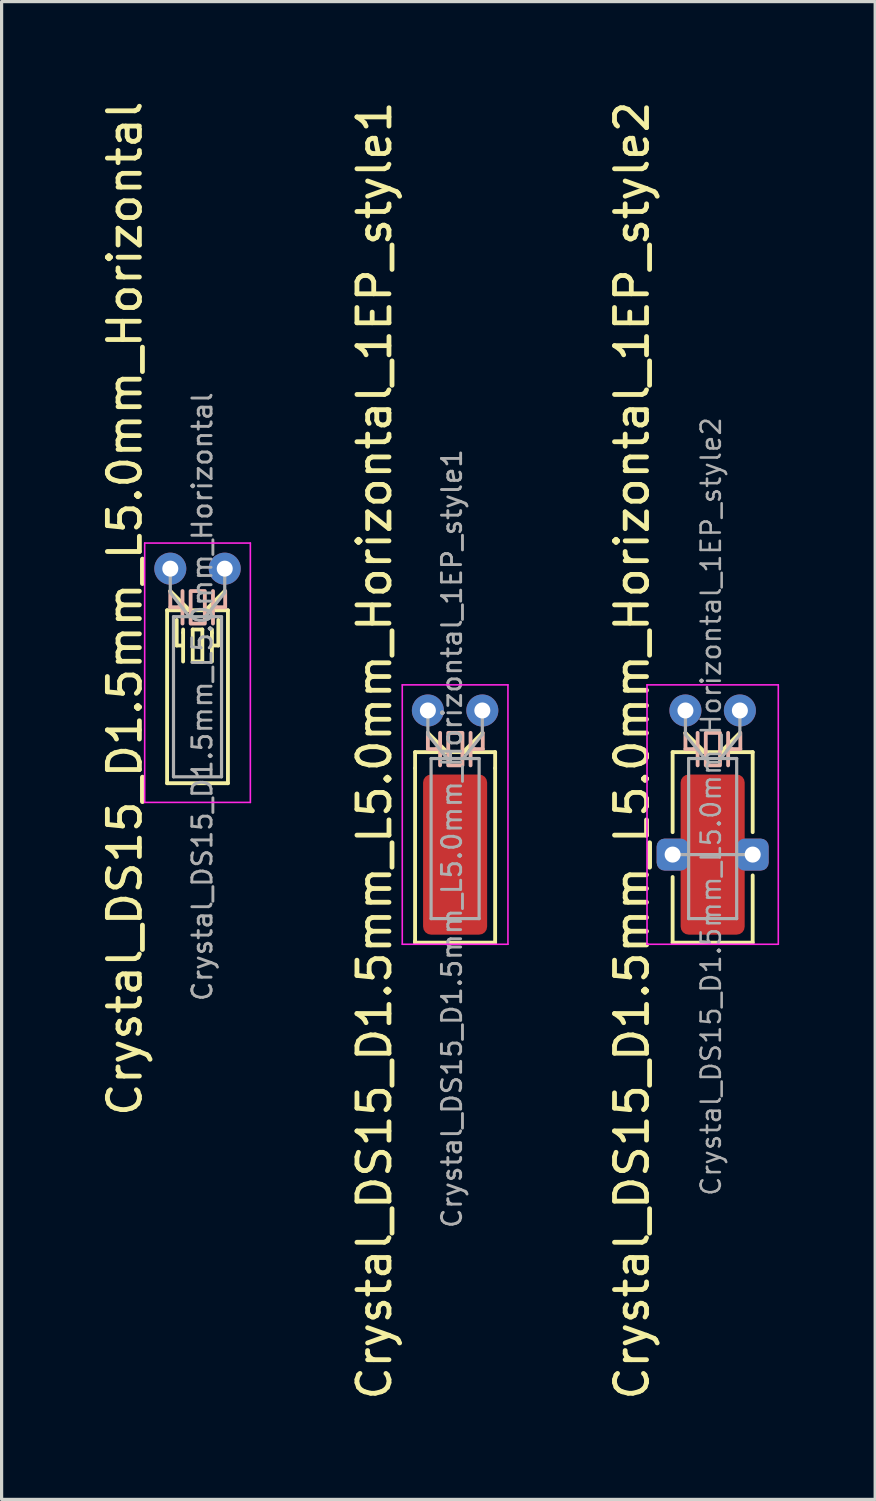
<source format=kicad_pcb>
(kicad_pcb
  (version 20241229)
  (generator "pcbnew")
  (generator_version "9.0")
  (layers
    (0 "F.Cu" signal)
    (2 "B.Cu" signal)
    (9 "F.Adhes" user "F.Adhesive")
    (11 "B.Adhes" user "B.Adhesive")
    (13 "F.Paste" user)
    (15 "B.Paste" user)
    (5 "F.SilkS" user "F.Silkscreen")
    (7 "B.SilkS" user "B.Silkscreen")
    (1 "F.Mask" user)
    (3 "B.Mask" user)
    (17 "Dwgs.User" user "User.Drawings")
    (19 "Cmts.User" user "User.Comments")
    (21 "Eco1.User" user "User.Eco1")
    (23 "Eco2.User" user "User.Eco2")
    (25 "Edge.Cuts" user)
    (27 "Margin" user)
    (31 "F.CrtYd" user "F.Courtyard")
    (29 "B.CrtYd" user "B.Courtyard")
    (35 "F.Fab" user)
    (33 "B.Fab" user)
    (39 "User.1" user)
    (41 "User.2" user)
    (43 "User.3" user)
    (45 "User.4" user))
  (footprint "Crystal_DS15_D1.5mm_L5.0mm_Horizontal_1EP_style2"
    (layer "F.Cu")
    (at 18.355 19.137)
    (property "Reference" "Crystal_DS15_D1.5mm_L5.0mm_Horizontal_1EP_style2" (at -1.67 1.25 90) (layer "F.SilkS") (effects (font (size 1 1) (thickness 0.15))))
    (attr through_hole)
    (fp_line (start -0.4 1.3) (end 2.1 1.3) (stroke (width 0.12) (type solid)) (layer "F.SilkS"))
    (fp_line (start -0.4 3.8) (end -0.4 1.3) (stroke (width 0.12) (type solid)) (layer "F.SilkS"))
    (fp_line (start -0.4 5.2) (end -0.4 7.25) (stroke (width 0.12) (type solid)) (layer "F.SilkS"))
    (fp_line (start -0.4 7.25) (end 2.1 7.25) (stroke (width 0.12) (type solid)) (layer "F.SilkS"))
    (fp_line (start 0 0.7) (end 0 0.7) (stroke (width 0.12) (type solid)) (layer "F.SilkS"))
    (fp_line (start 0.6 1.3) (end 0 0.7) (stroke (width 0.12) (type solid)) (layer "F.SilkS"))
    (fp_line (start 1.1 1.3) (end 1.7 0.7) (stroke (width 0.12) (type solid)) (layer "F.SilkS"))
    (fp_line (start 1.7 0.7) (end 1.7 0.7) (stroke (width 0.12) (type solid)) (layer "F.SilkS"))
    (fp_line (start 2.1 1.3) (end 2.1 3.8) (stroke (width 0.12) (type solid)) (layer "F.SilkS"))
    (fp_line (start 2.1 7.25) (end 2.1 5.15) (stroke (width 0.12) (type solid)) (layer "F.SilkS"))
    (fp_line (start 0 1.206) (end 0 0.699) (stroke (width 0.12) (type solid)) (layer "B.SilkS"))
    (fp_line (start 0.254 1.206) (end 0 1.206) (stroke (width 0.12) (type solid)) (layer "B.SilkS"))
    (fp_line (start 0.381 0.699) (end 0.381 1.714) (stroke (width 0.12) (type solid)) (layer "B.SilkS"))
    (fp_line (start 0.381 1.206) (end 0.254 1.206) (stroke (width 0.12) (type solid)) (layer "B.SilkS"))
    (fp_line (start 1.333 0.699) (end 1.333 1.714) (stroke (width 0.12) (type solid)) (layer "B.SilkS"))
    (fp_line (start 1.46 1.206) (end 1.397 1.206) (stroke (width 0.12) (type solid)) (layer "B.SilkS"))
    (fp_line (start 1.46 1.206) (end 1.714 1.206) (stroke (width 0.12) (type solid)) (layer "B.SilkS"))
    (fp_line (start 1.714 1.206) (end 1.714 0.699) (stroke (width 0.12) (type solid)) (layer "B.SilkS"))
    (fp_rect (start 0.635 0.699) (end 1.079 1.714) (stroke (width 0.12) (type solid)) (fill no) (layer "B.SilkS"))
    (fp_line (start -1.2 -0.8) (end -1.2 7.3) (stroke (width 0.05) (type solid)) (layer "F.CrtYd"))
    (fp_line (start -1.2 7.3) (end 2.9 7.3) (stroke (width 0.05) (type solid)) (layer "F.CrtYd"))
    (fp_line (start 2.9 -0.8) (end -1.2 -0.8) (stroke (width 0.05) (type solid)) (layer "F.CrtYd"))
    (fp_line (start 2.9 7.3) (end 2.9 -0.8) (stroke (width 0.05) (type solid)) (layer "F.CrtYd"))
    (fp_line (start -0.4 4.5) (end 2.1 4.5) (stroke (width 0.1) (type solid)) (layer "F.Fab"))
    (fp_line (start 0 0.75) (end 0 0) (stroke (width 0.1) (type solid)) (layer "F.Fab"))
    (fp_line (start 0.1 1.5) (end 0.1 6.5) (stroke (width 0.1) (type solid)) (layer "F.Fab"))
    (fp_line (start 0.1 6.5) (end 1.6 6.5) (stroke (width 0.1) (type solid)) (layer "F.Fab"))
    (fp_line (start 0.6 1.5) (end 0 0.75) (stroke (width 0.1) (type solid)) (layer "F.Fab"))
    (fp_line (start 1.1 1.5) (end 1.7 0.75) (stroke (width 0.1) (type solid)) (layer "F.Fab"))
    (fp_line (start 1.6 1.5) (end 0.1 1.5) (stroke (width 0.1) (type solid)) (layer "F.Fab"))
    (fp_line (start 1.6 6.5) (end 1.6 1.5) (stroke (width 0.1) (type solid)) (layer "F.Fab"))
    (fp_line (start 1.7 0.75) (end 1.7 0) (stroke (width 0.1) (type solid)) (layer "F.Fab"))
    (fp_text user "${REFERENCE}" (at 0.8 3 90) (layer "F.Fab") (effects (font (size 0.6 0.6) (thickness 0.08))))
    (pad "1" thru_hole circle (at 0 0) (size 1 1) (drill 0.5) (layers "*.Cu" "*.Mask"))
    (pad "2" thru_hole circle (at 1.7 0) (size 1 1) (drill 0.5) (layers "*.Cu" "*.Mask"))
    (pad "3" thru_hole roundrect (at -0.4 4.5) (size 1 1) (drill 0.5) (layers "*.Cu" "*.Mask") (roundrect_rratio 0.25))
    (pad "3" smd roundrect (at 0.85 4.5) (size 2 5) (layers "F.Cu" "F.Mask" "F.Paste") (roundrect_rratio 0.125))
    (pad "3" thru_hole roundrect (at 2.1 4.5) (size 1 1) (drill 0.5) (layers "*.Cu" "*.Mask") (roundrect_rratio 0.25)))
  (footprint "Crystal_DS15_D1.5mm_L5.0mm_Horizontal_1EP_style1"
    (layer "F.Cu")
    (at 10.312 19.137)
    (property "Reference" "Crystal_DS15_D1.5mm_L5.0mm_Horizontal_1EP_style1" (at -1.67 1.25 90) (layer "F.SilkS") (effects (font (size 1 1) (thickness 0.15))))
    (attr through_hole)
    (fp_line (start -0.4 1.3) (end 2.1 1.3) (stroke (width 0.12) (type solid)) (layer "F.SilkS"))
    (fp_line (start -0.4 1.8) (end -0.4 1.3) (stroke (width 0.12) (type solid)) (layer "F.SilkS"))
    (fp_line (start -0.4 1.8) (end -0.4 7.2) (stroke (width 0.12) (type solid)) (layer "F.SilkS"))
    (fp_line (start -0.4 7.2) (end -0.4 7.25) (stroke (width 0.12) (type solid)) (layer "F.SilkS"))
    (fp_line (start -0.4 7.25) (end 2.1 7.25) (stroke (width 0.12) (type solid)) (layer "F.SilkS"))
    (fp_line (start 0 0.7) (end 0 0.7) (stroke (width 0.12) (type solid)) (layer "F.SilkS"))
    (fp_line (start 0.6 1.3) (end 0 0.7) (stroke (width 0.12) (type solid)) (layer "F.SilkS"))
    (fp_line (start 1.1 1.3) (end 1.7 0.7) (stroke (width 0.12) (type solid)) (layer "F.SilkS"))
    (fp_line (start 1.7 0.7) (end 1.7 0.7) (stroke (width 0.12) (type solid)) (layer "F.SilkS"))
    (fp_line (start 2.1 1.3) (end 2.1 1.8) (stroke (width 0.12) (type solid)) (layer "F.SilkS"))
    (fp_line (start 2.1 7.25) (end 2.1 1.8) (stroke (width 0.12) (type solid)) (layer "F.SilkS"))
    (fp_line (start 0 1.206) (end 0 0.699) (stroke (width 0.12) (type solid)) (layer "B.SilkS"))
    (fp_line (start 0.254 1.206) (end 0 1.206) (stroke (width 0.12) (type solid)) (layer "B.SilkS"))
    (fp_line (start 0.381 0.699) (end 0.381 1.714) (stroke (width 0.12) (type solid)) (layer "B.SilkS"))
    (fp_line (start 0.381 1.206) (end 0.254 1.206) (stroke (width 0.12) (type solid)) (layer "B.SilkS"))
    (fp_line (start 1.333 0.699) (end 1.333 1.714) (stroke (width 0.12) (type solid)) (layer "B.SilkS"))
    (fp_line (start 1.46 1.206) (end 1.397 1.206) (stroke (width 0.12) (type solid)) (layer "B.SilkS"))
    (fp_line (start 1.46 1.206) (end 1.714 1.206) (stroke (width 0.12) (type solid)) (layer "B.SilkS"))
    (fp_line (start 1.714 1.206) (end 1.714 0.699) (stroke (width 0.12) (type solid)) (layer "B.SilkS"))
    (fp_rect (start 0.635 0.699) (end 1.079 1.714) (stroke (width 0.12) (type solid)) (fill no) (layer "B.SilkS"))
    (fp_line (start -0.8 -0.8) (end -0.8 7.3) (stroke (width 0.05) (type solid)) (layer "F.CrtYd"))
    (fp_line (start -0.8 7.3) (end 2.5 7.3) (stroke (width 0.05) (type solid)) (layer "F.CrtYd"))
    (fp_line (start 2.5 -0.8) (end -0.8 -0.8) (stroke (width 0.05) (type solid)) (layer "F.CrtYd"))
    (fp_line (start 2.5 7.3) (end 2.5 -0.8) (stroke (width 0.05) (type solid)) (layer "F.CrtYd"))
    (fp_line (start 0 0.75) (end 0 0) (stroke (width 0.1) (type solid)) (layer "F.Fab"))
    (fp_line (start 0.1 1.5) (end 0.1 6.5) (stroke (width 0.1) (type solid)) (layer "F.Fab"))
    (fp_line (start 0.1 6.5) (end 1.6 6.5) (stroke (width 0.1) (type solid)) (layer "F.Fab"))
    (fp_line (start 0.6 1.5) (end 0 0.75) (stroke (width 0.1) (type solid)) (layer "F.Fab"))
    (fp_line (start 1.1 1.5) (end 1.7 0.75) (stroke (width 0.1) (type solid)) (layer "F.Fab"))
    (fp_line (start 1.6 1.5) (end 0.1 1.5) (stroke (width 0.1) (type solid)) (layer "F.Fab"))
    (fp_line (start 1.6 6.5) (end 1.6 1.5) (stroke (width 0.1) (type solid)) (layer "F.Fab"))
    (fp_line (start 1.7 0.75) (end 1.7 0) (stroke (width 0.1) (type solid)) (layer "F.Fab"))
    (fp_text user "${REFERENCE}" (at 0.75 4 90) (layer "F.Fab") (effects (font (size 0.6 0.6) (thickness 0.09))))
    (pad "1" thru_hole circle (at 0 0) (size 1 1) (drill 0.5) (layers "*.Cu" "*.Mask"))
    (pad "2" thru_hole circle (at 1.7 0) (size 1 1) (drill 0.5) (layers "*.Cu" "*.Mask"))
    (pad "3" smd roundrect (at 0.85 4.5) (size 2 5) (layers "F.Cu" "F.Mask" "F.Paste") (roundrect_rratio 0.125)))
  (footprint "Crystal_DS15_D1.5mm_L5.0mm_Horizontal"
    (layer "F.Cu")
    (at 2.268 14.708)
    (property "Reference" "Crystal_DS15_D1.5mm_L5.0mm_Horizontal" (at -1.42 1.25 90) (layer "F.SilkS") (effects (font (size 1 1) (thickness 0.15))))
    (attr through_hole)
    (fp_line (start -0.1 1.3) (end -0.1 6.7) (stroke (width 0.12) (type solid)) (layer "F.SilkS"))
    (fp_line (start -0.1 6.7) (end 1.8 6.7) (stroke (width 0.12) (type solid)) (layer "F.SilkS"))
    (fp_line (start 0 0.7) (end 0 0.7) (stroke (width 0.12) (type solid)) (layer "F.SilkS"))
    (fp_line (start 0.2 2.4) (end 0.2 1.6) (stroke (width 0.12) (type solid)) (layer "F.SilkS"))
    (fp_line (start 0.4 2) (end 0.4 1.9) (stroke (width 0.12) (type solid)) (layer "F.SilkS"))
    (fp_line (start 0.4 2.4) (end 0.2 2.4) (stroke (width 0.12) (type solid)) (layer "F.SilkS"))
    (fp_line (start 0.4 2.9) (end 0.4 2) (stroke (width 0.12) (type solid)) (layer "F.SilkS"))
    (fp_line (start 0.6 1.3) (end 0 0.7) (stroke (width 0.12) (type solid)) (layer "F.SilkS"))
    (fp_line (start 0.7 1.9) (end 0.7 2.9) (stroke (width 0.12) (type solid)) (layer "F.SilkS"))
    (fp_line (start 0.7 2.9) (end 1 2.9) (stroke (width 0.12) (type solid)) (layer "F.SilkS"))
    (fp_line (start 1 1.9) (end 0.7 1.9) (stroke (width 0.12) (type solid)) (layer "F.SilkS"))
    (fp_line (start 1 2.9) (end 1 1.9) (stroke (width 0.12) (type solid)) (layer "F.SilkS"))
    (fp_line (start 1.1 1.3) (end 1.7 0.7) (stroke (width 0.12) (type solid)) (layer "F.SilkS"))
    (fp_line (start 1.3 2) (end 1.3 1.9) (stroke (width 0.12) (type solid)) (layer "F.SilkS"))
    (fp_line (start 1.3 2.4) (end 1.5 2.4) (stroke (width 0.12) (type solid)) (layer "F.SilkS"))
    (fp_line (start 1.3 2.9) (end 1.3 2) (stroke (width 0.12) (type solid)) (layer "F.SilkS"))
    (fp_line (start 1.5 2.4) (end 1.5 1.6) (stroke (width 0.12) (type solid)) (layer "F.SilkS"))
    (fp_line (start 1.7 0.7) (end 1.7 0.7) (stroke (width 0.12) (type solid)) (layer "F.SilkS"))
    (fp_line (start 1.8 1.3) (end -0.1 1.3) (stroke (width 0.12) (type solid)) (layer "F.SilkS"))
    (fp_line (start 1.8 6.7) (end 1.8 1.3) (stroke (width 0.12) (type solid)) (layer "F.SilkS"))
    (fp_line (start 0 1.206) (end 0 0.699) (stroke (width 0.12) (type solid)) (layer "B.SilkS"))
    (fp_line (start 0.254 1.206) (end 0 1.206) (stroke (width 0.12) (type solid)) (layer "B.SilkS"))
    (fp_line (start 0.381 0.699) (end 0.381 1.714) (stroke (width 0.12) (type solid)) (layer "B.SilkS"))
    (fp_line (start 0.381 1.206) (end 0.254 1.206) (stroke (width 0.12) (type solid)) (layer "B.SilkS"))
    (fp_line (start 1.333 0.699) (end 1.333 1.714) (stroke (width 0.12) (type solid)) (layer "B.SilkS"))
    (fp_line (start 1.46 1.206) (end 1.397 1.206) (stroke (width 0.12) (type solid)) (layer "B.SilkS"))
    (fp_line (start 1.46 1.206) (end 1.714 1.206) (stroke (width 0.12) (type solid)) (layer "B.SilkS"))
    (fp_line (start 1.714 1.206) (end 1.714 0.699) (stroke (width 0.12) (type solid)) (layer "B.SilkS"))
    (fp_rect (start 0.635 0.699) (end 1.079 1.714) (stroke (width 0.12) (type solid)) (fill no) (layer "B.SilkS"))
    (fp_line (start -0.8 -0.8) (end -0.8 7.3) (stroke (width 0.05) (type solid)) (layer "F.CrtYd"))
    (fp_line (start -0.8 7.3) (end 2.5 7.3) (stroke (width 0.05) (type solid)) (layer "F.CrtYd"))
    (fp_line (start 2.5 -0.8) (end -0.8 -0.8) (stroke (width 0.05) (type solid)) (layer "F.CrtYd"))
    (fp_line (start 2.5 7.3) (end 2.5 -0.8) (stroke (width 0.05) (type solid)) (layer "F.CrtYd"))
    (fp_line (start 0 0.75) (end 0 0) (stroke (width 0.1) (type solid)) (layer "F.Fab"))
    (fp_line (start 0.1 1.5) (end 0.1 6.5) (stroke (width 0.1) (type solid)) (layer "F.Fab"))
    (fp_line (start 0.1 6.5) (end 1.6 6.5) (stroke (width 0.1) (type solid)) (layer "F.Fab"))
    (fp_line (start 0.6 1.5) (end 0 0.75) (stroke (width 0.1) (type solid)) (layer "F.Fab"))
    (fp_line (start 1.1 1.5) (end 1.7 0.75) (stroke (width 0.1) (type solid)) (layer "F.Fab"))
    (fp_line (start 1.6 1.5) (end 0.1 1.5) (stroke (width 0.1) (type solid)) (layer "F.Fab"))
    (fp_line (start 1.6 6.5) (end 1.6 1.5) (stroke (width 0.1) (type solid)) (layer "F.Fab"))
    (fp_line (start 1.7 0.75) (end 1.7 0) (stroke (width 0.1) (type solid)) (layer "F.Fab"))
    (fp_text user "${REFERENCE}" (at 1 4 90) (layer "F.Fab") (effects (font (size 0.6 0.6) (thickness 0.09))))
    (pad "1" thru_hole circle (at 0 0) (size 1 1) (drill 0.5) (layers "*.Cu" "*.Mask"))
    (pad "2" thru_hole circle (at 1.7 0) (size 1 1) (drill 0.5) (layers "*.Cu" "*.Mask")))
  (gr_rect
    (start -3 -3)
    (end 24.28 43.774)
    (stroke (width 0.1) (type default))
    (fill no)
    (layer "Edge.Cuts")))
</source>
